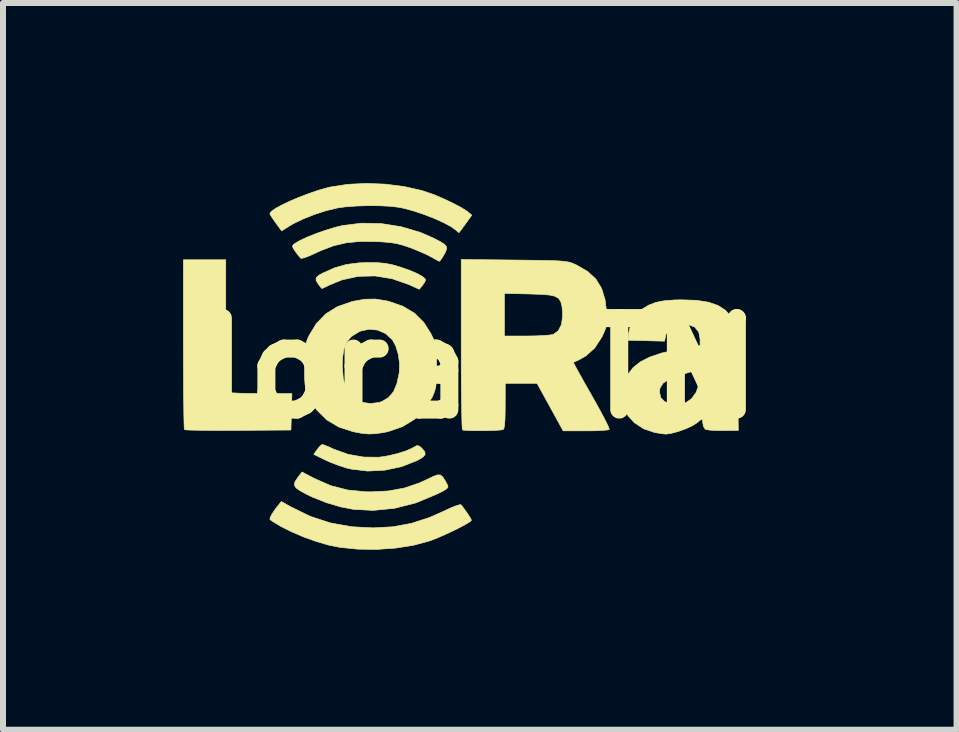
<source format=kicad_pcb>
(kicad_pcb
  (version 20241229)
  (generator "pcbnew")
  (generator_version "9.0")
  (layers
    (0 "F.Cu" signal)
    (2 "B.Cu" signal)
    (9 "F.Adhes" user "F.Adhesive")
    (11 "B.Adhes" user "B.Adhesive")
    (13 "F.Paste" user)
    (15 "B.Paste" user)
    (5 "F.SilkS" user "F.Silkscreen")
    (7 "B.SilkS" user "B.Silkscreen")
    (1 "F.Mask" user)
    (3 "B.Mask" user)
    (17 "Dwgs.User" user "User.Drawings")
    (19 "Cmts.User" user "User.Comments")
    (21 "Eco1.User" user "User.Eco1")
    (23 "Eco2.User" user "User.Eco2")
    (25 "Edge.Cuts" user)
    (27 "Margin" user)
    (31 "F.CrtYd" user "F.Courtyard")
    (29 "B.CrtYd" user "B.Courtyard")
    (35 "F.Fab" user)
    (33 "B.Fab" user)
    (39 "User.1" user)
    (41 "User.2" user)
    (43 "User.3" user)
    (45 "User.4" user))
  (footprint "lora-TM"
    (layer "F.Cu")
    (at 4.944 3.084)
    (property "Reference" "lora-TM" (at 0 0 0) (layer "F.SilkS") (effects (font (size 1.524 1.524) (thickness 0.3))))
    (attr through_hole)
    (fp_poly (pts (xy -4.233 0.389) (xy -4.17 0.406) (xy -4.121 0.411) (xy -4.027 0.416) (xy -3.898 0.42) (xy -3.745 0.422) (xy -3.619 0.423) (xy -3.131 0.423) (xy -3.139 0.727) (xy -3.147 1.03) (xy -4.025 1.036) (xy -4.242 1.037) (xy -4.441 1.037) (xy -4.615 1.035) (xy -4.756 1.033) (xy -4.857 1.03) (xy -4.913 1.026) (xy -4.921 1.024) (xy -4.925 0.993) (xy -4.928 0.912) (xy -4.931 0.784) (xy -4.933 0.617) (xy -4.936 0.414) (xy -4.937 0.183) (xy -4.938 -0.072) (xy -4.939 -0.346) (xy -4.939 -0.4) (xy -4.939 -1.806) (xy -4.233 -1.806) (xy -4.233 0.389)) (stroke (width 0.01) (type solid)) (fill yes) (layer "F.SilkS"))
    (fp_poly (pts (xy -1.705 -1.758) (xy -1.58 -1.747) (xy -1.463 -1.725) (xy -1.333 -1.687) (xy -1.326 -1.685) (xy -1.173 -1.632) (xy -1.047 -1.578) (xy -0.956 -1.528) (xy -0.908 -1.486) (xy -0.903 -1.471) (xy -0.919 -1.433) (xy -0.956 -1.38) (xy -1.009 -1.315) (xy -1.181 -1.393) (xy -1.462 -1.491) (xy -1.746 -1.537) (xy -2.027 -1.53) (xy -2.298 -1.471) (xy -2.506 -1.386) (xy -2.577 -1.351) (xy -2.622 -1.33) (xy -2.631 -1.327) (xy -2.651 -1.348) (xy -2.688 -1.396) (xy -2.728 -1.461) (xy -2.727 -1.507) (xy -2.683 -1.548) (xy -2.622 -1.582) (xy -2.419 -1.672) (xy -2.223 -1.728) (xy -2.011 -1.755) (xy -1.863 -1.76) (xy -1.705 -1.758)) (stroke (width 0.01) (type solid)) (fill yes) (layer "F.SilkS"))
    (fp_poly (pts (xy -2.59 1.281) (xy -2.519 1.31) (xy -2.427 1.352) (xy -2.423 1.353) (xy -2.191 1.436) (xy -1.938 1.48) (xy -1.689 1.483) (xy -1.665 1.481) (xy -1.525 1.459) (xy -1.378 1.424) (xy -1.24 1.381) (xy -1.13 1.334) (xy -1.09 1.311) (xy -1.045 1.288) (xy -1.005 1.3) (xy -0.968 1.332) (xy -0.917 1.391) (xy -0.912 1.44) (xy -0.954 1.486) (xy -1.041 1.536) (xy -1.301 1.639) (xy -1.581 1.699) (xy -1.867 1.714) (xy -2.142 1.681) (xy -2.212 1.665) (xy -2.346 1.622) (xy -2.492 1.567) (xy -2.586 1.524) (xy -2.767 1.435) (xy -2.708 1.353) (xy -2.663 1.298) (xy -2.629 1.271) (xy -2.626 1.27) (xy -2.59 1.281)) (stroke (width 0.01) (type solid)) (fill yes) (layer "F.SilkS"))
    (fp_poly (pts (xy -2.753 1.839) (xy -2.483 1.957) (xy -2.203 2.029) (xy -1.899 2.059) (xy -1.814 2.06) (xy -1.521 2.045) (xy -1.259 1.997) (xy -1.011 1.913) (xy -0.892 1.859) (xy -0.78 1.805) (xy -0.706 1.777) (xy -0.655 1.78) (xy -0.616 1.814) (xy -0.573 1.882) (xy -0.551 1.922) (xy -0.533 1.959) (xy -0.533 1.987) (xy -0.56 2.014) (xy -0.621 2.05) (xy -0.714 2.097) (xy -1.064 2.243) (xy -1.42 2.334) (xy -1.778 2.369) (xy -2.103 2.352) (xy -2.321 2.31) (xy -2.557 2.24) (xy -2.786 2.149) (xy -2.878 2.105) (xy -2.994 2.042) (xy -3.063 1.992) (xy -3.091 1.945) (xy -3.081 1.895) (xy -3.04 1.831) (xy -3.038 1.828) (xy -2.963 1.729) (xy -2.753 1.839)) (stroke (width 0.01) (type solid)) (fill yes) (layer "F.SilkS"))
    (fp_poly (pts (xy -3.149 2.31) (xy -2.823 2.469) (xy -2.489 2.578) (xy -2.137 2.641) (xy -1.778 2.66) (xy -1.449 2.642) (xy -1.14 2.585) (xy -0.836 2.486) (xy -0.6 2.381) (xy -0.489 2.329) (xy -0.396 2.292) (xy -0.334 2.274) (xy -0.314 2.275) (xy -0.258 2.347) (xy -0.204 2.424) (xy -0.161 2.49) (xy -0.141 2.531) (xy -0.141 2.534) (xy -0.165 2.558) (xy -0.231 2.598) (xy -0.327 2.65) (xy -0.443 2.708) (xy -0.569 2.767) (xy -0.693 2.821) (xy -0.805 2.866) (xy -0.842 2.879) (xy -1.106 2.95) (xy -1.404 2.997) (xy -1.718 3.019) (xy -2.032 3.015) (xy -2.328 2.985) (xy -2.512 2.949) (xy -2.715 2.89) (xy -2.927 2.815) (xy -3.131 2.728) (xy -3.314 2.637) (xy -3.46 2.548) (xy -3.497 2.521) (xy -3.494 2.491) (xy -3.463 2.43) (xy -3.411 2.352) (xy -3.373 2.303) (xy -3.307 2.221) (xy -3.149 2.31)) (stroke (width 0.01) (type solid)) (fill yes) (layer "F.SilkS"))
    (fp_poly (pts (xy -1.64 -2.409) (xy -1.307 -2.356) (xy -0.987 -2.261) (xy -0.776 -2.169) (xy -0.66 -2.109) (xy -0.588 -2.063) (xy -0.555 -2.023) (xy -0.555 -1.978) (xy -0.58 -1.92) (xy -0.595 -1.894) (xy -0.636 -1.826) (xy -0.667 -1.786) (xy -0.675 -1.781) (xy -0.707 -1.796) (xy -0.769 -1.83) (xy -0.804 -1.851) (xy -0.884 -1.892) (xy -0.997 -1.942) (xy -1.121 -1.993) (xy -1.157 -2.007) (xy -1.275 -2.047) (xy -1.379 -2.075) (xy -1.489 -2.093) (xy -1.623 -2.104) (xy -1.739 -2.11) (xy -2 -2.111) (xy -2.226 -2.089) (xy -2.436 -2.04) (xy -2.646 -1.96) (xy -2.731 -1.921) (xy -2.834 -1.874) (xy -2.918 -1.842) (xy -2.971 -1.829) (xy -2.981 -1.83) (xy -3.012 -1.864) (xy -3.058 -1.924) (xy -3.072 -1.942) (xy -3.112 -2.004) (xy -3.121 -2.038) (xy -3.1 -2.064) (xy -3.086 -2.075) (xy -3.002 -2.125) (xy -2.878 -2.183) (xy -2.728 -2.243) (xy -2.567 -2.299) (xy -2.41 -2.347) (xy -2.287 -2.377) (xy -1.971 -2.416) (xy -1.64 -2.409)) (stroke (width 0.01) (type solid)) (fill yes) (layer "F.SilkS"))
    (fp_poly (pts (xy -1.569 -3.066) (xy -1.255 -3.025) (xy -0.963 -2.959) (xy -0.763 -2.891) (xy -0.591 -2.817) (xy -0.434 -2.742) (xy -0.303 -2.672) (xy -0.211 -2.613) (xy -0.201 -2.605) (xy -0.134 -2.55) (xy -0.239 -2.404) (xy -0.294 -2.329) (xy -0.334 -2.276) (xy -0.349 -2.258) (xy -0.371 -2.275) (xy -0.396 -2.298) (xy -0.477 -2.357) (xy -0.601 -2.424) (xy -0.754 -2.493) (xy -0.923 -2.559) (xy -1.095 -2.617) (xy -1.259 -2.662) (xy -1.339 -2.679) (xy -1.484 -2.697) (xy -1.667 -2.706) (xy -1.867 -2.708) (xy -2.068 -2.701) (xy -2.249 -2.687) (xy -2.375 -2.669) (xy -2.557 -2.625) (xy -2.753 -2.562) (xy -2.942 -2.487) (xy -3.106 -2.408) (xy -3.171 -2.37) (xy -3.302 -2.287) (xy -3.4 -2.421) (xy -3.453 -2.496) (xy -3.489 -2.553) (xy -3.499 -2.575) (xy -3.474 -2.612) (xy -3.405 -2.661) (xy -3.299 -2.719) (xy -3.167 -2.782) (xy -3.016 -2.846) (xy -2.857 -2.907) (xy -2.697 -2.962) (xy -2.546 -3.005) (xy -2.489 -3.019) (xy -2.202 -3.063) (xy -1.89 -3.079) (xy -1.569 -3.066)) (stroke (width 0.01) (type solid)) (fill yes) (layer "F.SilkS"))
    (fp_poly (pts (xy -1.555 -1.122) (xy -1.516 -1.113) (xy -1.28 -1.031) (xy -1.088 -0.916) (xy -0.935 -0.765) (xy -0.814 -0.574) (xy -0.813 -0.571) (xy -0.774 -0.49) (xy -0.748 -0.423) (xy -0.732 -0.356) (xy -0.723 -0.274) (xy -0.72 -0.163) (xy -0.72 -0.029) (xy -0.721 0.123) (xy -0.725 0.233) (xy -0.735 0.314) (xy -0.752 0.382) (xy -0.779 0.45) (xy -0.795 0.485) (xy -0.919 0.685) (xy -1.084 0.848) (xy -1.287 0.973) (xy -1.525 1.055) (xy -1.596 1.07) (xy -1.734 1.091) (xy -1.852 1.096) (xy -1.974 1.084) (xy -2.11 1.058) (xy -2.348 0.981) (xy -2.549 0.862) (xy -2.714 0.7) (xy -2.841 0.495) (xy -2.847 0.483) (xy -2.878 0.411) (xy -2.899 0.345) (xy -2.912 0.272) (xy -2.919 0.176) (xy -2.921 0.044) (xy -2.921 -0.027) (xy -2.292 -0.027) (xy -2.274 0.182) (xy -2.223 0.349) (xy -2.139 0.472) (xy -2.023 0.55) (xy -1.986 0.564) (xy -1.825 0.589) (xy -1.674 0.57) (xy -1.629 0.554) (xy -1.52 0.488) (xy -1.438 0.391) (xy -1.381 0.255) (xy -1.342 0.072) (xy -1.342 0.071) (xy -1.337 -0.074) (xy -1.358 -0.228) (xy -1.401 -0.37) (xy -1.456 -0.472) (xy -1.568 -0.576) (xy -1.703 -0.635) (xy -1.85 -0.649) (xy -1.996 -0.616) (xy -2.129 -0.536) (xy -2.151 -0.516) (xy -2.22 -0.429) (xy -2.265 -0.32) (xy -2.287 -0.176) (xy -2.292 -0.027) (xy -2.921 -0.027) (xy -2.921 -0.028) (xy -2.92 -0.18) (xy -2.916 -0.29) (xy -2.906 -0.371) (xy -2.889 -0.439) (xy -2.862 -0.507) (xy -2.847 -0.54) (xy -2.724 -0.743) (xy -2.567 -0.905) (xy -2.372 -1.026) (xy -2.136 -1.108) (xy -2.114 -1.114) (xy -1.916 -1.149) (xy -1.738 -1.152) (xy -1.555 -1.122)) (stroke (width 0.01) (type solid)) (fill yes) (layer "F.SilkS"))
    (fp_poly (pts (xy 3.606 -1.131) (xy 3.807 -1.1) (xy 3.968 -1.045) (xy 4.094 -0.963) (xy 4.192 -0.852) (xy 4.209 -0.826) (xy 4.226 -0.799) (xy 4.24 -0.773) (xy 4.251 -0.743) (xy 4.26 -0.703) (xy 4.267 -0.648) (xy 4.273 -0.572) (xy 4.278 -0.47) (xy 4.282 -0.338) (xy 4.286 -0.168) (xy 4.29 0.043) (xy 4.294 0.301) (xy 4.298 0.511) (xy 4.306 1.036) (xy 4.051 1.039) (xy 3.933 1.038) (xy 3.835 1.032) (xy 3.771 1.023) (xy 3.758 1.019) (xy 3.727 0.975) (xy 3.716 0.921) (xy 3.709 0.866) (xy 3.701 0.847) (xy 3.675 0.863) (xy 3.624 0.904) (xy 3.608 0.916) (xy 3.534 0.962) (xy 3.427 1.011) (xy 3.305 1.054) (xy 3.191 1.085) (xy 3.103 1.098) (xy 3.094 1.098) (xy 3.029 1.09) (xy 2.939 1.076) (xy 2.912 1.071) (xy 2.73 1.01) (xy 2.573 0.907) (xy 2.471 0.795) (xy 2.426 0.725) (xy 2.4 0.663) (xy 2.388 0.587) (xy 2.385 0.478) (xy 2.385 0.456) (xy 2.387 0.388) (xy 2.992 0.388) (xy 3.013 0.49) (xy 3.078 0.557) (xy 3.177 0.59) (xy 3.32 0.6) (xy 3.432 0.574) (xy 3.525 0.51) (xy 3.602 0.405) (xy 3.652 0.264) (xy 3.669 0.117) (xy 3.668 0.075) (xy 3.662 0.048) (xy 3.639 0.037) (xy 3.593 0.041) (xy 3.515 0.061) (xy 3.395 0.096) (xy 3.317 0.119) (xy 3.159 0.179) (xy 3.054 0.249) (xy 3.001 0.331) (xy 2.992 0.388) (xy 2.387 0.388) (xy 2.388 0.334) (xy 2.401 0.246) (xy 2.428 0.172) (xy 2.461 0.111) (xy 2.55 -0.006) (xy 2.67 -0.104) (xy 2.829 -0.185) (xy 3.03 -0.253) (xy 3.28 -0.31) (xy 3.384 -0.328) (xy 3.669 -0.376) (xy 3.669 -0.485) (xy 3.647 -0.602) (xy 3.582 -0.683) (xy 3.476 -0.726) (xy 3.392 -0.734) (xy 3.256 -0.714) (xy 3.158 -0.656) (xy 3.101 -0.563) (xy 3.095 -0.536) (xy 3.077 -0.45) (xy 2.773 -0.458) (xy 2.469 -0.466) (xy 2.478 -0.579) (xy 2.51 -0.708) (xy 2.577 -0.84) (xy 2.665 -0.951) (xy 2.708 -0.987) (xy 2.814 -1.051) (xy 2.931 -1.096) (xy 3.069 -1.123) (xy 3.243 -1.137) (xy 3.358 -1.139) (xy 3.606 -1.131)) (stroke (width 0.01) (type solid)) (fill yes) (layer "F.SilkS"))
    (fp_poly (pts (xy 0.572 -1.802) (xy 0.818 -1.799) (xy 1.014 -1.796) (xy 1.168 -1.793) (xy 1.286 -1.789) (xy 1.375 -1.783) (xy 1.442 -1.775) (xy 1.494 -1.765) (xy 1.537 -1.751) (xy 1.579 -1.733) (xy 1.61 -1.719) (xy 1.795 -1.612) (xy 1.933 -1.485) (xy 2.029 -1.329) (xy 2.087 -1.138) (xy 2.111 -0.938) (xy 2.116 -0.818) (xy 2.112 -0.732) (xy 2.094 -0.658) (xy 2.06 -0.576) (xy 2.033 -0.52) (xy 1.915 -0.338) (xy 1.762 -0.201) (xy 1.637 -0.132) (xy 1.582 -0.108) (xy 1.559 -0.097) (xy 1.57 -0.072) (xy 1.605 -0.006) (xy 1.661 0.095) (xy 1.733 0.225) (xy 1.818 0.375) (xy 1.862 0.451) (xy 1.951 0.61) (xy 2.029 0.752) (xy 2.092 0.872) (xy 2.135 0.96) (xy 2.156 1.011) (xy 2.157 1.019) (xy 2.125 1.029) (xy 2.047 1.036) (xy 1.934 1.042) (xy 1.798 1.044) (xy 1.765 1.044) (xy 1.388 1.044) (xy 1.268 0.826) (xy 1.195 0.692) (xy 1.115 0.547) (xy 1.044 0.418) (xy 1.039 0.409) (xy 0.98 0.301) (xy 0.925 0.2) (xy 0.886 0.126) (xy 0.883 0.12) (xy 0.857 0.073) (xy 0.828 0.045) (xy 0.782 0.032) (xy 0.703 0.029) (xy 0.63 0.028) (xy 0.423 0.028) (xy 0.423 0.519) (xy 0.422 0.71) (xy 0.419 0.85) (xy 0.412 0.945) (xy 0.402 1) (xy 0.389 1.022) (xy 0.388 1.023) (xy 0.34 1.03) (xy 0.254 1.036) (xy 0.144 1.039) (xy 0.022 1.041) (xy -0.096 1.041) (xy -0.196 1.038) (xy -0.266 1.033) (xy -0.29 1.027) (xy -0.294 0.996) (xy -0.298 0.913) (xy -0.301 0.785) (xy -0.304 0.617) (xy -0.307 0.414) (xy -0.309 0.183) (xy -0.31 -0.073) (xy -0.31 -0.347) (xy -0.31 -0.402) (xy -0.31 -0.536) (xy 0.409 -0.536) (xy 0.781 -0.536) (xy 0.927 -0.538) (xy 1.057 -0.544) (xy 1.16 -0.552) (xy 1.22 -0.562) (xy 1.224 -0.563) (xy 1.307 -0.624) (xy 1.36 -0.727) (xy 1.379 -0.869) (xy 1.377 -0.937) (xy 1.367 -1.038) (xy 1.347 -1.112) (xy 1.311 -1.164) (xy 1.25 -1.199) (xy 1.157 -1.219) (xy 1.023 -1.23) (xy 0.842 -1.236) (xy 0.825 -1.237) (xy 0.409 -1.246) (xy 0.409 -0.536) (xy -0.31 -0.536) (xy -0.31 -1.811) (xy 0.572 -1.802)) (stroke (width 0.01) (type solid)) (fill yes) (layer "F.SilkS")))
  (gr_rect
    (start -3 -3)
    (end 12.886 9.107)
    (stroke (width 0.1) (type default))
    (fill no)
    (layer "Edge.Cuts")))
</source>
